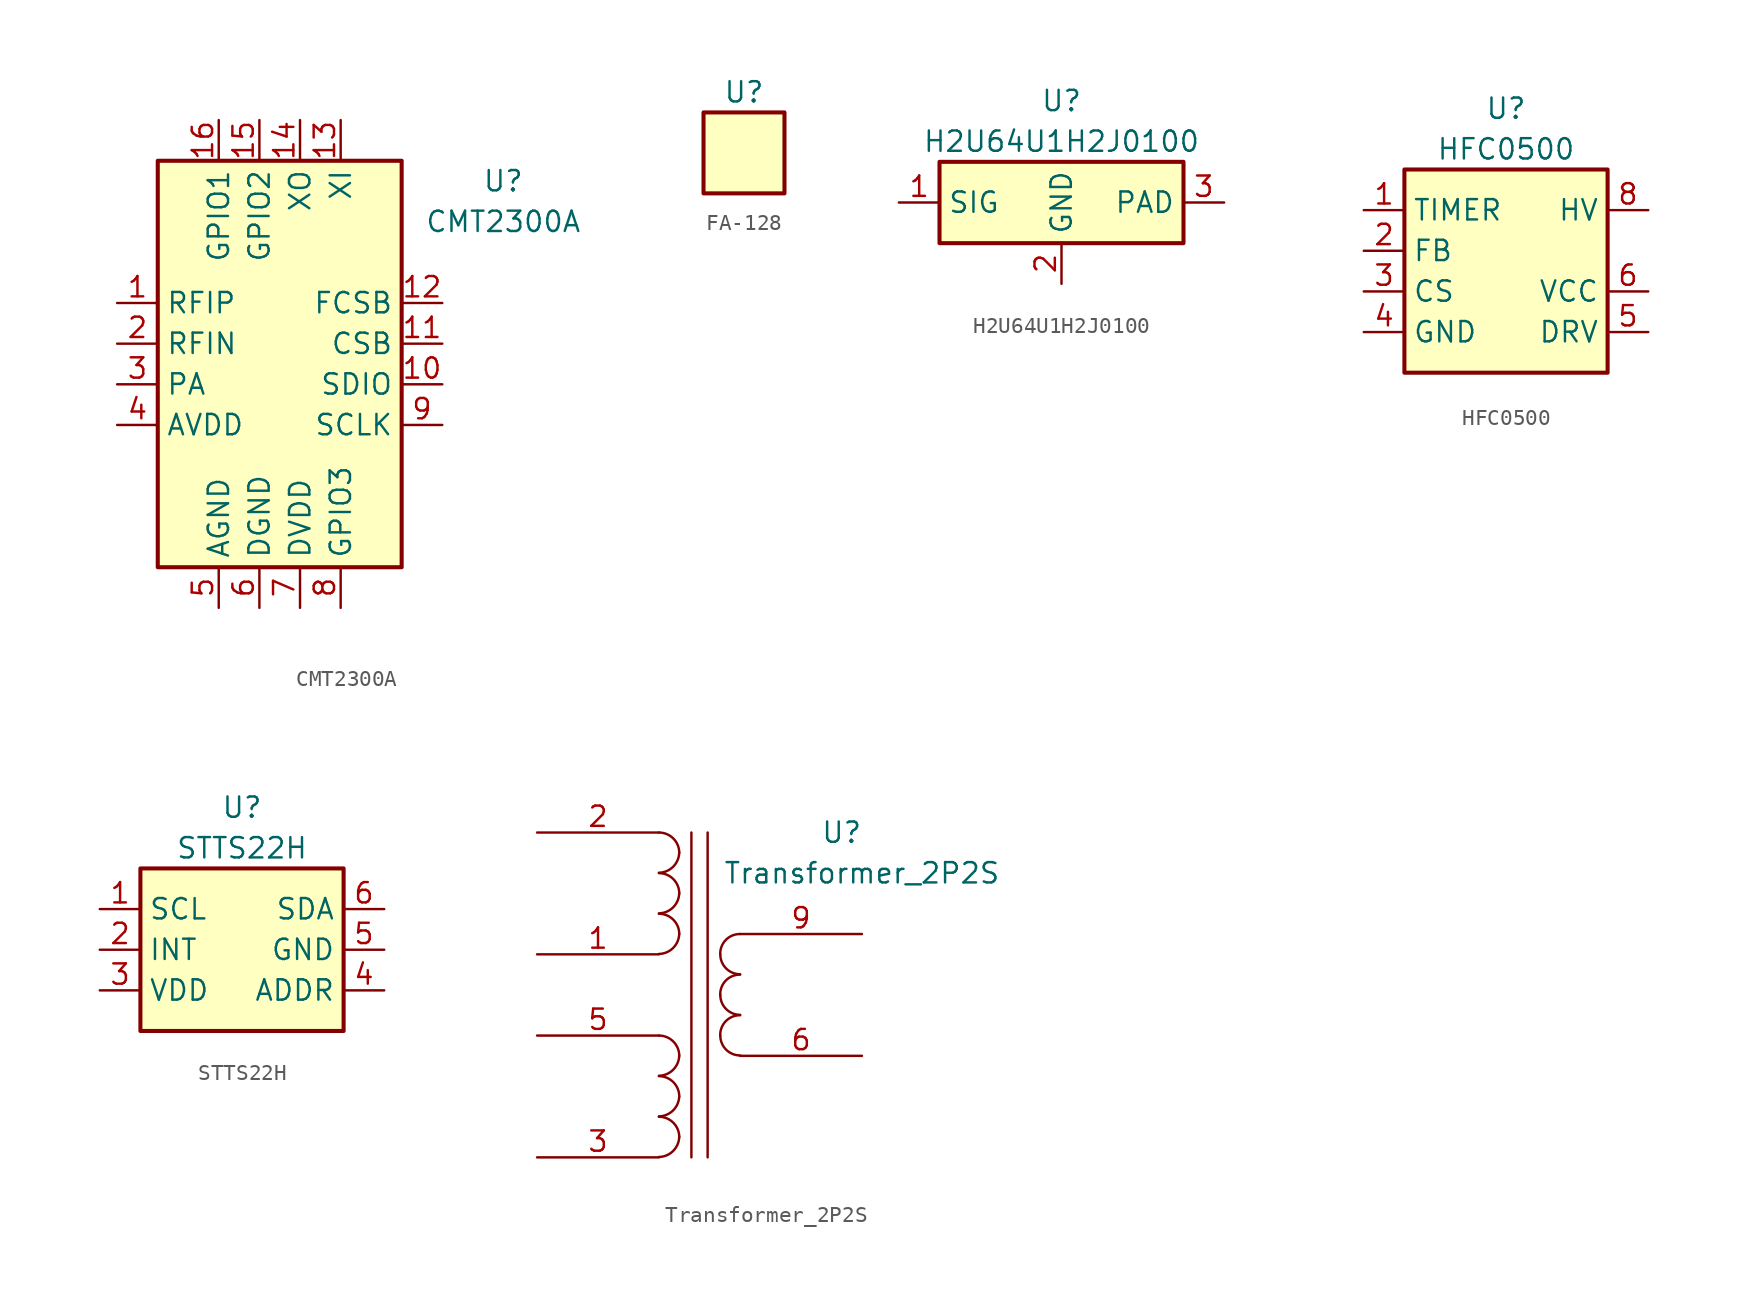
<source format=kicad_sym>
(kicad_symbol_lib
  (version 20220914)
  (generator kicad_symbol_editor)
  (symbol "CMT2300A"
    (property "Reference" "U"
      (at 13.97 11.43 0)
      (effects (font (size 1.27 1.27))))
    (property "Value" "CMT2300A"
      (at 13.97 8.89 0)
      (effects (font (size 1.27 1.27))))
    (symbol "CMT2300A_1_1"
      (rectangle (start -7.62 12.7) (end 7.62 -12.7) (stroke (width 0.254) (type default)) (fill (type background)))
      (pin bidirectional line (at -10.16 3.81 0) (length 2.54) (name "RFIP" (effects (font (size 1.27 1.27)))) (number "1" (effects (font (size 1.27 1.27)))))
      (pin bidirectional line (at 10.16 -1.27 180) (length 2.54) (name "SDIO" (effects (font (size 1.27 1.27)))) (number "10" (effects (font (size 1.27 1.27)))))
      (pin bidirectional line (at 10.16 1.27 180) (length 2.54) (name "CSB" (effects (font (size 1.27 1.27)))) (number "11" (effects (font (size 1.27 1.27)))))
      (pin bidirectional line (at 10.16 3.81 180) (length 2.54) (name "FCSB" (effects (font (size 1.27 1.27)))) (number "12" (effects (font (size 1.27 1.27)))))
      (pin bidirectional line (at 3.81 15.24 270) (length 2.54) (name "XI" (effects (font (size 1.27 1.27)))) (number "13" (effects (font (size 1.27 1.27)))))
      (pin bidirectional line (at 1.27 15.24 270) (length 2.54) (name "XO" (effects (font (size 1.27 1.27)))) (number "14" (effects (font (size 1.27 1.27)))))
      (pin bidirectional line (at -1.27 15.24 270) (length 2.54) (name "GPIO2" (effects (font (size 1.27 1.27)))) (number "15" (effects (font (size 1.27 1.27)))))
      (pin bidirectional line (at -3.81 15.24 270) (length 2.54) (name "GPIO1" (effects (font (size 1.27 1.27)))) (number "16" (effects (font (size 1.27 1.27)))))
      (pin bidirectional line (at -10.16 1.27 0) (length 2.54) (name "RFIN" (effects (font (size 1.27 1.27)))) (number "2" (effects (font (size 1.27 1.27)))))
      (pin bidirectional line (at -10.16 -1.27 0) (length 2.54) (name "PA" (effects (font (size 1.27 1.27)))) (number "3" (effects (font (size 1.27 1.27)))))
      (pin bidirectional line (at -10.16 -3.81 0) (length 2.54) (name "AVDD" (effects (font (size 1.27 1.27)))) (number "4" (effects (font (size 1.27 1.27)))))
      (pin bidirectional line (at -3.81 -15.24 90) (length 2.54) (name "AGND" (effects (font (size 1.27 1.27)))) (number "5" (effects (font (size 1.27 1.27)))))
      (pin bidirectional line (at -1.27 -15.24 90) (length 2.54) (name "DGND" (effects (font (size 1.27 1.27)))) (number "6" (effects (font (size 1.27 1.27)))))
      (pin bidirectional line (at 1.27 -15.24 90) (length 2.54) (name "DVDD" (effects (font (size 1.27 1.27)))) (number "7" (effects (font (size 1.27 1.27)))))
      (pin bidirectional line (at 3.81 -15.24 90) (length 2.54) (name "GPIO3" (effects (font (size 1.27 1.27)))) (number "8" (effects (font (size 1.27 1.27)))))
      (pin bidirectional line (at 10.16 -3.81 180) (length 2.54) (name "SCLK" (effects (font (size 1.27 1.27)))) (number "9" (effects (font (size 1.27 1.27)))))))
  (symbol "FA-128"
    (property "Reference" "U"
      (at 0 3.81 0)
      (effects (font (size 1.27 1.27))))
    (property "Value" ""
      (at 0 0 0)
      (effects (font (size 1.27 1.27))))
    (symbol "FA-128_1_1"
      (rectangle (start -2.54 2.54) (end 2.54 -2.54) (stroke (width 0.254) (type default)) (fill (type background)))))
  (symbol "H2U64U1H2J0100"
    (property "Reference" "U"
      (at 0 6.35 0)
      (effects (font (size 1.27 1.27))))
    (property "Value" "H2U64U1H2J0100"
      (at 0 3.81 0)
      (effects (font (size 1.27 1.27))))
    (symbol "H2U64U1H2J0100_1_1"
      (rectangle (start -7.62 2.54) (end 7.62 -2.54) (stroke (width 0.254) (type default)) (fill (type background)))
      (pin bidirectional line (at -10.16 0 0) (length 2.54) (name "SIG" (effects (font (size 1.27 1.27)))) (number "1" (effects (font (size 1.27 1.27)))))
      (pin bidirectional line (at 0 -5.08 90) (length 2.54) (name "GND" (effects (font (size 1.27 1.27)))) (number "2" (effects (font (size 1.27 1.27)))))
      (pin bidirectional line (at 10.16 0 180) (length 2.54) (name "PAD" (effects (font (size 1.27 1.27)))) (number "3" (effects (font (size 1.27 1.27)))))))
  (symbol "HFC0500"
    (property "Reference" "U"
      (at 0 10.16 0)
      (effects (font (size 1.27 1.27))))
    (property "Value" "HFC0500"
      (at 0 7.62 0)
      (effects (font (size 1.27 1.27))))
    (symbol "HFC0500_1_1"
      (rectangle (start -6.35 6.35) (end 6.35 -6.35) (stroke (width 0.254) (type default)) (fill (type background)))
      (pin bidirectional line (at -8.89 3.81 0) (length 2.54) (name "TIMER" (effects (font (size 1.27 1.27)))) (number "1" (effects (font (size 1.27 1.27)))))
      (pin bidirectional line (at -8.89 1.27 0) (length 2.54) (name "FB" (effects (font (size 1.27 1.27)))) (number "2" (effects (font (size 1.27 1.27)))))
      (pin bidirectional line (at -8.89 -1.27 0) (length 2.54) (name "CS" (effects (font (size 1.27 1.27)))) (number "3" (effects (font (size 1.27 1.27)))))
      (pin bidirectional line (at -8.89 -3.81 0) (length 2.54) (name "GND" (effects (font (size 1.27 1.27)))) (number "4" (effects (font (size 1.27 1.27)))))
      (pin bidirectional line (at 8.89 -3.81 180) (length 2.54) (name "DRV" (effects (font (size 1.27 1.27)))) (number "5" (effects (font (size 1.27 1.27)))))
      (pin bidirectional line (at 8.89 -1.27 180) (length 2.54) (name "VCC" (effects (font (size 1.27 1.27)))) (number "6" (effects (font (size 1.27 1.27)))))
      (pin bidirectional line (at 8.89 3.81 180) (length 2.54) (name "HV" (effects (font (size 1.27 1.27)))) (number "8" (effects (font (size 1.27 1.27)))))))
  (symbol "STTS22H"
    (property "Reference" "U"
      (at 0 8.89 0)
      (effects (font (size 1.27 1.27))))
    (property "Value" "STTS22H"
      (at 0 6.35 0)
      (effects (font (size 1.27 1.27))))
    (symbol "STTS22H_1_1"
      (rectangle (start -6.35 5.08) (end 6.35 -5.08) (stroke (width 0.254) (type default)) (fill (type background)))
      (pin bidirectional line (at -8.89 2.54 0) (length 2.54) (name "SCL" (effects (font (size 1.27 1.27)))) (number "1" (effects (font (size 1.27 1.27)))))
      (pin bidirectional line (at -8.89 0 0) (length 2.54) (name "INT" (effects (font (size 1.27 1.27)))) (number "2" (effects (font (size 1.27 1.27)))))
      (pin bidirectional line (at -8.89 -2.54 0) (length 2.54) (name "VDD" (effects (font (size 1.27 1.27)))) (number "3" (effects (font (size 1.27 1.27)))))
      (pin bidirectional line (at 8.89 -2.54 180) (length 2.54) (name "ADDR" (effects (font (size 1.27 1.27)))) (number "4" (effects (font (size 1.27 1.27)))))
      (pin bidirectional line (at 8.89 0 180) (length 2.54) (name "GND" (effects (font (size 1.27 1.27)))) (number "5" (effects (font (size 1.27 1.27)))))
      (pin bidirectional line (at 8.89 2.54 180) (length 2.54) (name "SDA" (effects (font (size 1.27 1.27)))) (number "6" (effects (font (size 1.27 1.27)))))))
  (symbol "Transformer_2P2S"
    (property "Reference" "U"
      (at 10.16 10.16 0)
      (effects (font (size 1.27 1.27))))
    (property "Value" "Transformer_2P2S"
      (at 11.43 7.62 0)
      (effects (font (size 1.27 1.27))))
    (symbol "Transformer_2P2S_0_1"
      (arc (start -1.27 -10.1346) (mid -0.3861 -9.7663) (end 0 -8.89) (stroke (width 0) (type default)) (fill (type none)))
      (arc (start -1.27 -7.5946) (mid -0.3861 -7.2263) (end 0 -6.35) (stroke (width 0) (type default)) (fill (type none)))
      (arc (start -1.27 -5.0546) (mid -0.3861 -4.6863) (end 0 -3.81) (stroke (width 0) (type default)) (fill (type none)))
      (arc (start -1.27 2.5654) (mid -0.3861 2.9337) (end 0 3.81) (stroke (width 0) (type default)) (fill (type none)))
      (arc (start -1.27 5.1054) (mid -0.3861 5.4737) (end 0 6.35) (stroke (width 0) (type default)) (fill (type none)))
      (arc (start -1.27 7.6454) (mid -0.3861 8.0137) (end 0 8.89) (stroke (width 0) (type default)) (fill (type none)))
      (arc (start 0 -8.89) (mid -0.372 -7.992) (end -1.27 -7.62) (stroke (width 0) (type default)) (fill (type none)))
      (arc (start 0 -6.35) (mid -0.372 -5.452) (end -1.27 -5.08) (stroke (width 0) (type default)) (fill (type none)))
      (arc (start 0 -3.81) (mid -0.372 -2.912) (end -1.27 -2.54) (stroke (width 0) (type default)) (fill (type none)))
      (polyline (pts (xy 0.762 -10.16) (xy 0.762 10.16)) (stroke (width 0) (type default)) (fill (type none)))
      (polyline (pts (xy 1.778 10.16) (xy 1.778 -10.16)) (stroke (width 0) (type default)) (fill (type none)))
      (arc (start 0 3.81) (mid -0.372 4.708) (end -1.27 5.08) (stroke (width 0) (type default)) (fill (type none)))
      (arc (start 0 6.35) (mid -0.372 7.248) (end -1.27 7.62) (stroke (width 0) (type default)) (fill (type none)))
      (arc (start 0 8.89) (mid -0.372 9.788) (end -1.27 10.16) (stroke (width 0) (type default)) (fill (type none)))
      (arc (start 2.5654 -2.54) (mid 2.9299 -3.4201) (end 3.81 -3.7846) (stroke (width 0) (type default)) (fill (type none)))
      (arc (start 2.5654 0) (mid 2.9299 -0.8801) (end 3.81 -1.2446) (stroke (width 0) (type default)) (fill (type none)))
      (arc (start 2.5654 2.54) (mid 2.9299 1.6599) (end 3.81 1.2954) (stroke (width 0) (type default)) (fill (type none)))
      (arc (start 3.81 -1.27) (mid 2.9158 -1.6385) (end 2.5654 -2.54) (stroke (width 0) (type default)) (fill (type none)))
      (arc (start 3.81 1.27) (mid 2.9158 0.9015) (end 2.5654 0) (stroke (width 0) (type default)) (fill (type none)))
      (arc (start 3.81 3.81) (mid 2.9158 3.4415) (end 2.5654 2.54) (stroke (width 0) (type default)) (fill (type none))))
    (symbol "Transformer_2P2S_1_1"
      (pin passive line (at -8.89 2.54 0) (length 7.62) (name "" (effects (font (size 1.27 1.27)))) (number "1" (effects (font (size 1.27 1.27)))))
      (pin passive line (at -8.89 10.16 0) (length 7.62) (name "" (effects (font (size 1.27 1.27)))) (number "2" (effects (font (size 1.27 1.27)))))
      (pin passive line (at -8.89 -10.16 0) (length 7.62) (name "" (effects (font (size 1.27 1.27)))) (number "3" (effects (font (size 1.27 1.27)))))
      (pin passive line (at -8.89 -2.54 0) (length 7.62) (name "" (effects (font (size 1.27 1.27)))) (number "5" (effects (font (size 1.27 1.27)))))
      (pin passive line (at 11.43 -3.81 180) (length 7.62) (name "" (effects (font (size 1.27 1.27)))) (number "6" (effects (font (size 1.27 1.27)))))
      (pin passive line (at 11.43 3.81 180) (length 7.62) (name "" (effects (font (size 1.27 1.27)))) (number "9" (effects (font (size 1.27 1.27))))))))
</source>
